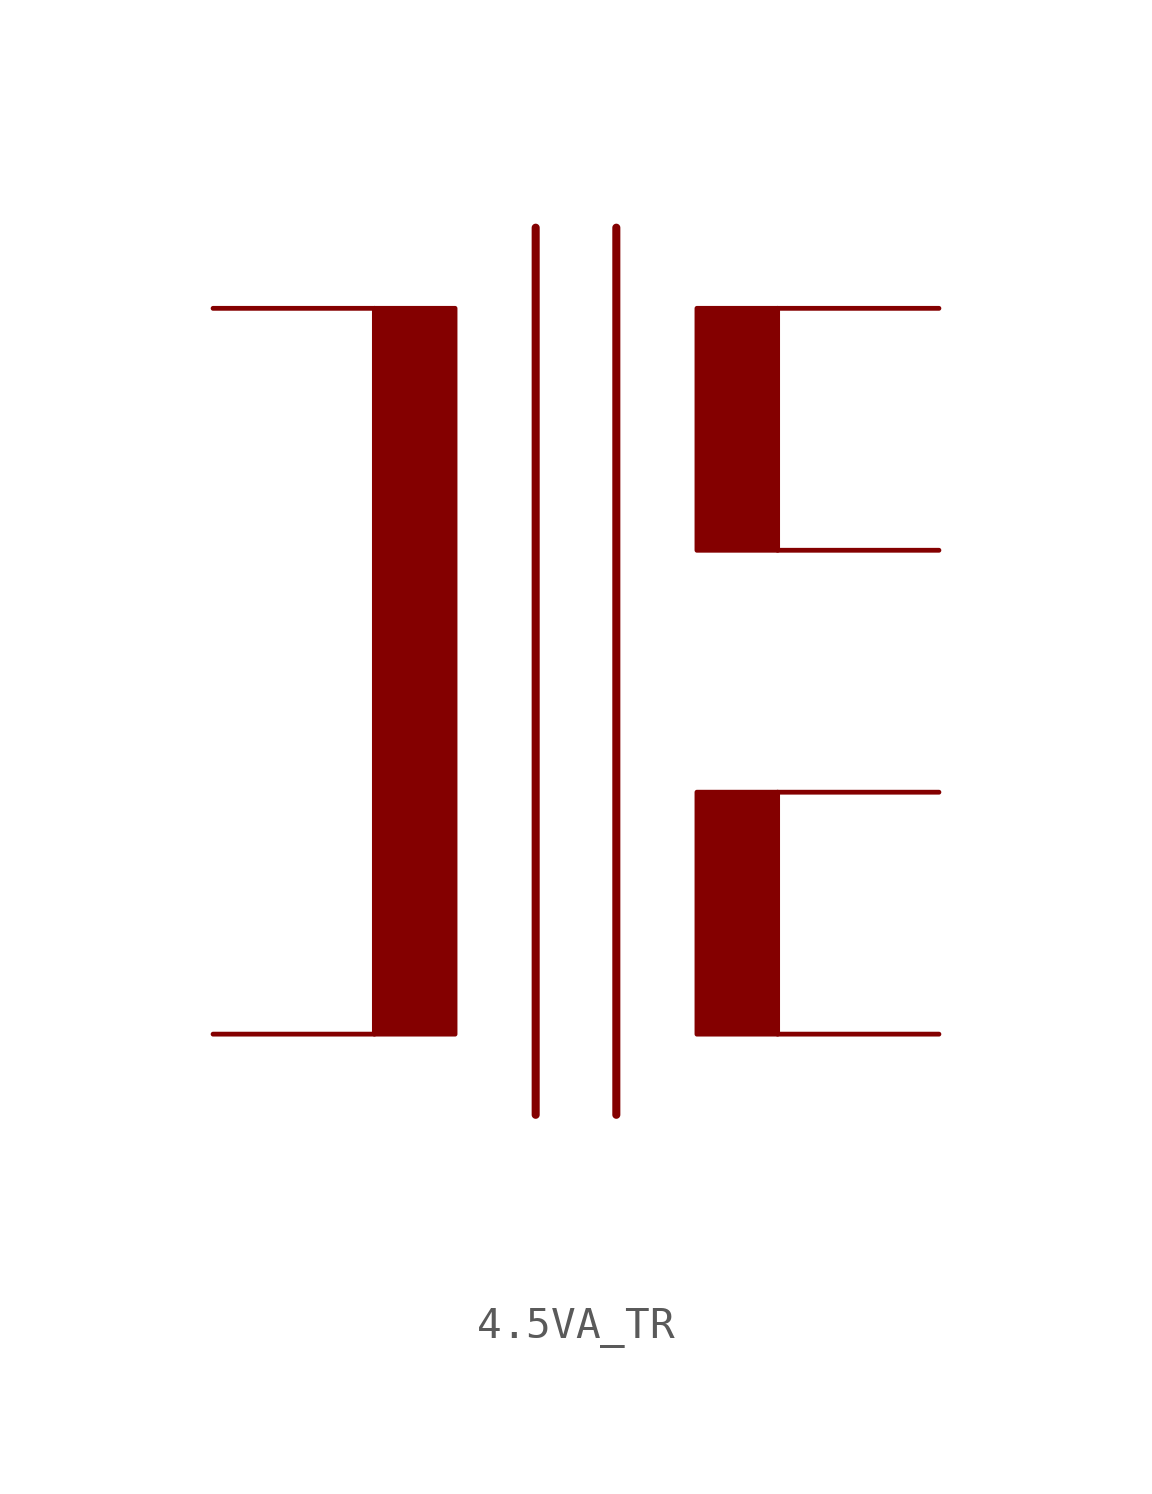
<source format=kicad_sym>
(kicad_symbol_lib
  (version 20231120)
  (generator "kicad_symbol_editor")
  (generator_version "8.0")
  (symbol "4.5VA_TR"
    (property "Reference" ""
      (at 1.27 16.51 0)
      (effects (font (size 1.778 1.511)) (justify left bottom) (hide yes)))
    (property "Value" ""
      (at 2.54 -15.24 0)
      (effects (font (size 1.778 1.511)) (justify left bottom)))
    (property "ki_locked" ""
      (at 0 0 0)
      (effects (font (size 1.27 1.27))))
    (symbol "4.5VA_TR_1_0"
      (rectangle (start -5.08 -10.16) (end -2.54 12.7) (stroke (width 0) (type default)) (fill (type outline)))
      (polyline (pts (xy 0 15.24) (xy 0 -12.7)) (stroke (width 0.254) (type solid)) (fill (type none)))
      (polyline (pts (xy 2.54 15.24) (xy 2.54 -12.7)) (stroke (width 0.254) (type solid)) (fill (type none)))
      (rectangle (start 5.08 -10.16) (end 7.62 -2.54) (stroke (width 0) (type default)) (fill (type outline)))
      (rectangle (start 5.08 5.08) (end 7.62 12.7) (stroke (width 0) (type default)) (fill (type outline)))
      (pin bidirectional line (at -10.16 12.7 0) (length 5.08) (name "PRI1" (effects (font (size 0 0)))) (number "PR1" (effects (font (size 0 0)))))
      (pin bidirectional line (at -10.16 -10.16 0) (length 5.08) (name "PRI2" (effects (font (size 0 0)))) (number "PR2" (effects (font (size 0 0)))))
      (pin bidirectional line (at 12.7 12.7 180) (length 5.08) (name "SA_1" (effects (font (size 0 0)))) (number "SA_1" (effects (font (size 0 0)))))
      (pin bidirectional line (at 12.7 5.08 180) (length 5.08) (name "SA_2" (effects (font (size 0 0)))) (number "SA_2" (effects (font (size 0 0)))))
      (pin bidirectional line (at 12.7 -2.54 180) (length 5.08) (name "SB_1" (effects (font (size 0 0)))) (number "SB1" (effects (font (size 0 0)))))
      (pin bidirectional line (at 12.7 -10.16 180) (length 5.08) (name "SB_2" (effects (font (size 0 0)))) (number "SB2" (effects (font (size 0 0))))))))
</source>
